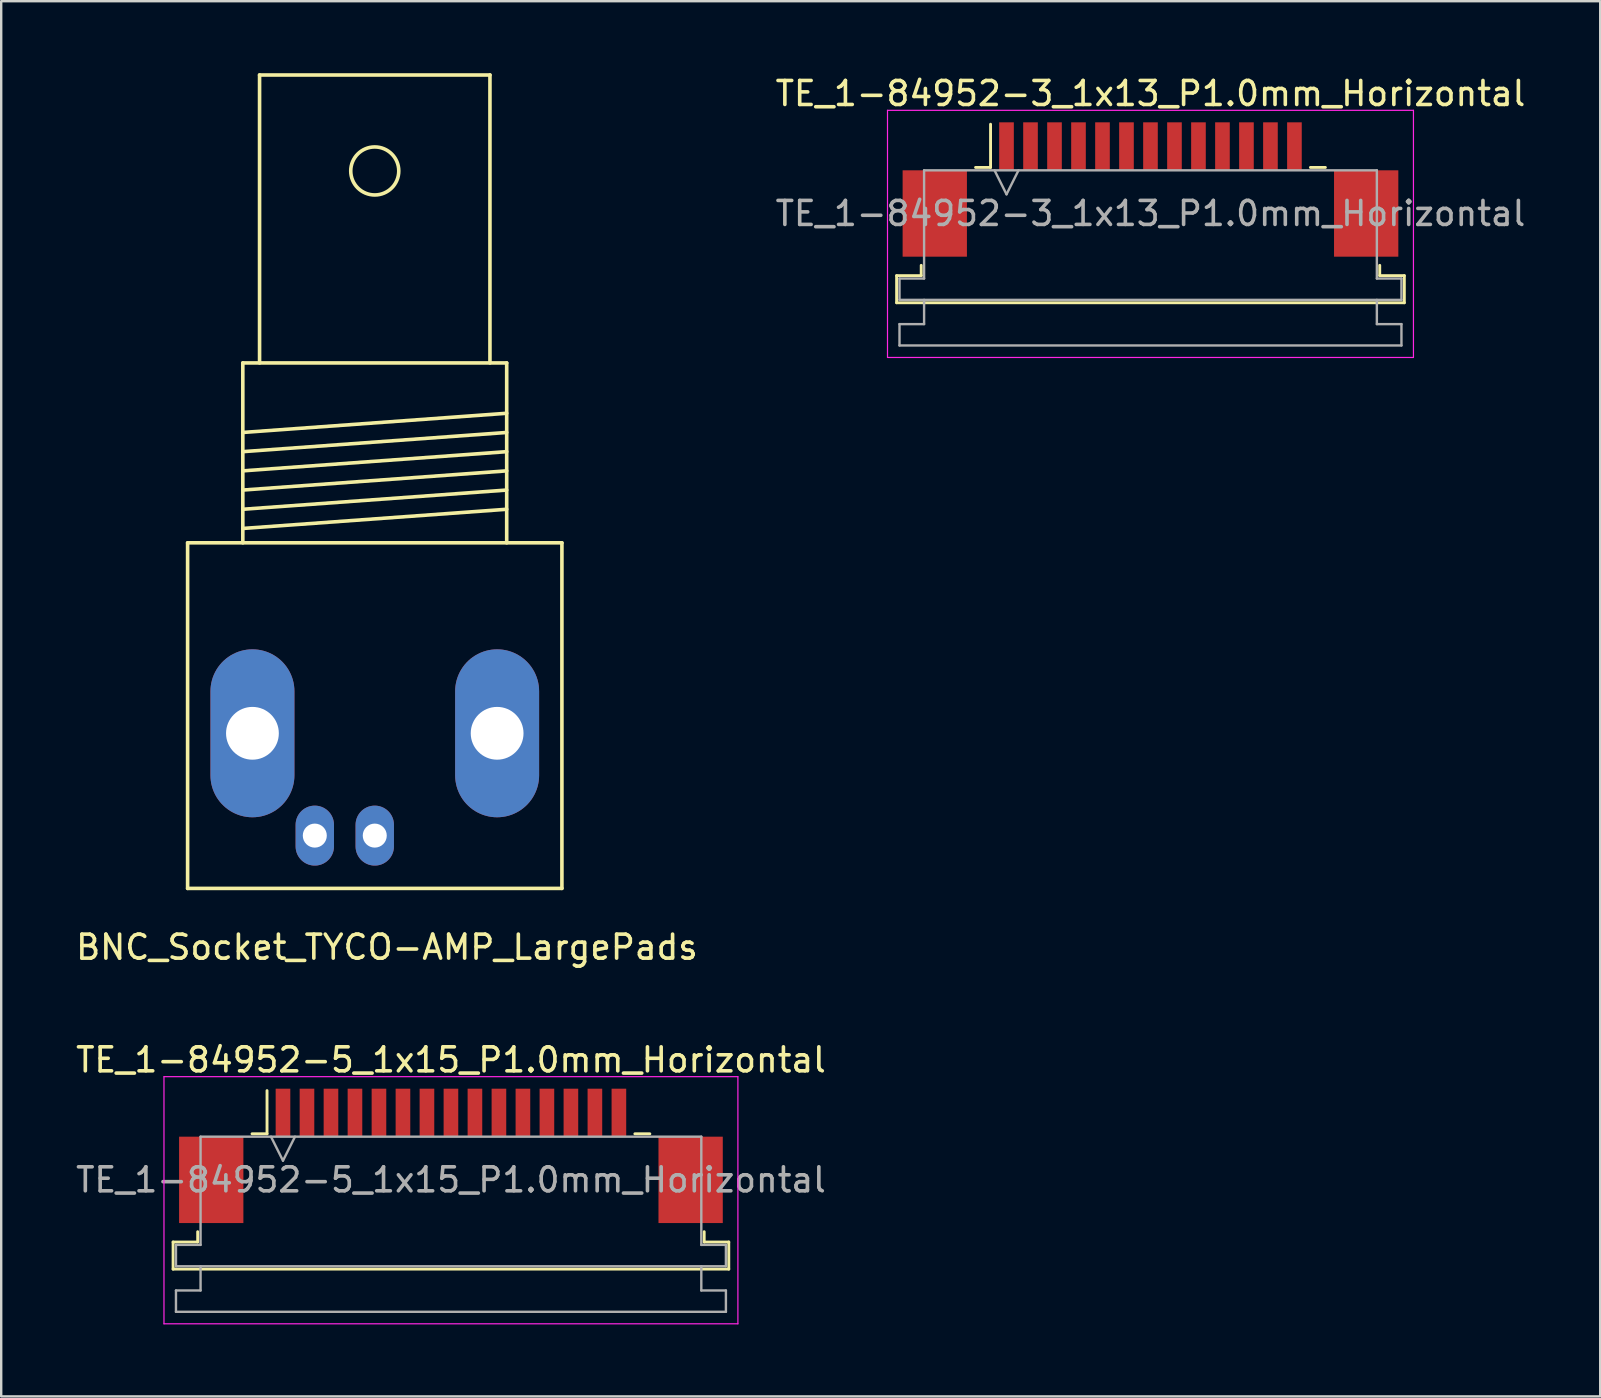
<source format=kicad_pcb>
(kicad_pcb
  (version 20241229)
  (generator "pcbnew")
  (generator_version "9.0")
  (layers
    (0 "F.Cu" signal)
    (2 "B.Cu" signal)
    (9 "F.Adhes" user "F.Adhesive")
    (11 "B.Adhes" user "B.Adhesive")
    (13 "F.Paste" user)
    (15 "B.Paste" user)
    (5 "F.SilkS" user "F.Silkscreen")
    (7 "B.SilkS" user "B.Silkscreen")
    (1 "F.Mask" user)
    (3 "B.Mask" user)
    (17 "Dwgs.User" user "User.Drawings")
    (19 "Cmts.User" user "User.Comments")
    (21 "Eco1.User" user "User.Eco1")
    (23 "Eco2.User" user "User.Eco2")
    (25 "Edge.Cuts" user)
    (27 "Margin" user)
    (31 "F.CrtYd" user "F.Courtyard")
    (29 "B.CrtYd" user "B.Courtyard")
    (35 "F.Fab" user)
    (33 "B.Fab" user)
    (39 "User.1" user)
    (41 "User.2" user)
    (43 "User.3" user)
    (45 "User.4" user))
  (footprint "BNC_Socket_TYCO-AMP_LargePads"
    (layer "F.Cu")
    (at 12.569 26.775)
    (property "Reference" "BNC_Socket_TYCO-AMP_LargePads" (at 0.508 9.652 0) (layer "F.SilkS") (effects (font (size 1 1) (thickness 0.15))))
    (attr through_hole)
    (fp_line (start -7.8 -7.201) (end -7.8 7.201) (stroke (width 0.15) (type solid)) (layer "F.SilkS"))
    (fp_line (start -7.8 7.201) (end 7.8 7.201) (stroke (width 0.15) (type solid)) (layer "F.SilkS"))
    (fp_line (start -5.499 -14.699) (end -5.499 -7.201) (stroke (width 0.15) (type solid)) (layer "F.SilkS"))
    (fp_line (start -5.499 -11.801) (end 5.499 -12.601) (stroke (width 0.15) (type solid)) (layer "F.SilkS"))
    (fp_line (start -5.499 -11.001) (end 5.499 -11.801) (stroke (width 0.15) (type solid)) (layer "F.SilkS"))
    (fp_line (start -5.499 -10.201) (end 5.499 -11.001) (stroke (width 0.15) (type solid)) (layer "F.SilkS"))
    (fp_line (start -5.499 -9.401) (end 5.499 -10.201) (stroke (width 0.15) (type solid)) (layer "F.SilkS"))
    (fp_line (start -5.499 -8.6) (end 5.499 -9.401) (stroke (width 0.15) (type solid)) (layer "F.SilkS"))
    (fp_line (start -5.499 -7.8) (end 5.499 -8.6) (stroke (width 0.15) (type solid)) (layer "F.SilkS"))
    (fp_line (start -4.801 -26.7) (end -4.801 -14.699) (stroke (width 0.15) (type solid)) (layer "F.SilkS"))
    (fp_line (start 4.801 -26.7) (end -4.801 -26.7) (stroke (width 0.15) (type solid)) (layer "F.SilkS"))
    (fp_line (start 4.801 -14.699) (end 4.801 -26.7) (stroke (width 0.15) (type solid)) (layer "F.SilkS"))
    (fp_line (start 5.499 -14.699) (end -5.499 -14.699) (stroke (width 0.15) (type solid)) (layer "F.SilkS"))
    (fp_line (start 5.499 -7.201) (end 5.499 -14.699) (stroke (width 0.15) (type solid)) (layer "F.SilkS"))
    (fp_line (start 7.8 -7.201) (end -7.8 -7.201) (stroke (width 0.15) (type solid)) (layer "F.SilkS"))
    (fp_line (start 7.8 7.201) (end 7.8 -7.201) (stroke (width 0.15) (type solid)) (layer "F.SilkS"))
    (fp_circle (center 0 -22.7) (end 1.001 -22.7) (stroke (width 0.15) (type solid)) (fill no) (layer "F.SilkS"))
    (pad "1" thru_hole oval (at 0 5.001) (size 1.6 2.499) (drill 1.001) (layers "*.Cu" "*.Mask"))
    (pad "2" thru_hole oval (at -5.098 0.737) (size 3.5 7) (drill 2.2) (layers "*.Cu" "*.Mask"))
    (pad "2" thru_hole oval (at -2.499 5.001) (size 1.6 2.499) (drill 1.001) (layers "*.Cu" "*.Mask"))
    (pad "2" thru_hole oval (at 5.1 0.737) (size 3.5 7) (drill 2.2) (layers "*.Cu" "*.Mask")))
  (footprint "TE_1-84952-5_1x15_P1.0mm_Horizontal"
    (layer "F.Cu")
    (at 15.744 45.124)
    (property "Reference" "TE_1-84952-5_1x15_P1.0mm_Horizontal" (at 0 -4 0) (layer "F.SilkS") (effects (font (size 1 1) (thickness 0.15))))
    (attr smd)
    (fp_line (start -11.58 3.59) (end -10.555 3.59) (stroke (width 0.12) (type solid)) (layer "F.SilkS"))
    (fp_line (start -11.58 4.72) (end -11.58 3.59) (stroke (width 0.12) (type solid)) (layer "F.SilkS"))
    (fp_line (start -10.555 3.59) (end -10.555 3.16) (stroke (width 0.12) (type solid)) (layer "F.SilkS"))
    (fp_line (start -8.29 -0.92) (end -7.665 -0.92) (stroke (width 0.12) (type solid)) (layer "F.SilkS"))
    (fp_line (start -7.665 -0.92) (end -7.665 -2.72) (stroke (width 0.12) (type solid)) (layer "F.SilkS"))
    (fp_line (start 7.665 -0.92) (end 8.29 -0.92) (stroke (width 0.12) (type solid)) (layer "F.SilkS"))
    (fp_line (start 10.555 3.16) (end 10.555 3.59) (stroke (width 0.12) (type solid)) (layer "F.SilkS"))
    (fp_line (start 10.555 3.59) (end 11.58 3.59) (stroke (width 0.12) (type solid)) (layer "F.SilkS"))
    (fp_line (start 11.58 3.59) (end 11.58 4.72) (stroke (width 0.12) (type solid)) (layer "F.SilkS"))
    (fp_line (start 11.58 4.72) (end -11.58 4.72) (stroke (width 0.12) (type solid)) (layer "F.SilkS"))
    (fp_line (start -11.96 -3.3) (end -11.96 7) (stroke (width 0.05) (type solid)) (layer "F.CrtYd"))
    (fp_line (start -11.96 7) (end 11.96 7) (stroke (width 0.05) (type solid)) (layer "F.CrtYd"))
    (fp_line (start 11.96 -3.3) (end -11.96 -3.3) (stroke (width 0.05) (type solid)) (layer "F.CrtYd"))
    (fp_line (start 11.96 7) (end 11.96 -3.3) (stroke (width 0.05) (type solid)) (layer "F.CrtYd"))
    (fp_line (start -11.46 3.71) (end -10.435 3.71) (stroke (width 0.1) (type solid)) (layer "F.Fab"))
    (fp_line (start -11.46 4.6) (end -11.46 3.71) (stroke (width 0.1) (type solid)) (layer "F.Fab"))
    (fp_line (start -11.46 5.61) (end -10.435 5.61) (stroke (width 0.1) (type solid)) (layer "F.Fab"))
    (fp_line (start -11.46 6.5) (end -11.46 5.61) (stroke (width 0.1) (type solid)) (layer "F.Fab"))
    (fp_line (start -10.435 -0.8) (end 10.435 -0.8) (stroke (width 0.1) (type solid)) (layer "F.Fab"))
    (fp_line (start -10.435 3.71) (end -10.435 -0.8) (stroke (width 0.1) (type solid)) (layer "F.Fab"))
    (fp_line (start -10.435 5.61) (end -10.435 4.6) (stroke (width 0.1) (type solid)) (layer "F.Fab"))
    (fp_line (start -7.5 -0.8) (end -7 0.2) (stroke (width 0.1) (type solid)) (layer "F.Fab"))
    (fp_line (start -7 0.2) (end -6.5 -0.8) (stroke (width 0.1) (type solid)) (layer "F.Fab"))
    (fp_line (start 10.435 -0.8) (end 10.435 3.71) (stroke (width 0.1) (type solid)) (layer "F.Fab"))
    (fp_line (start 10.435 3.71) (end 11.46 3.71) (stroke (width 0.1) (type solid)) (layer "F.Fab"))
    (fp_line (start 10.435 4.6) (end 10.435 5.61) (stroke (width 0.1) (type solid)) (layer "F.Fab"))
    (fp_line (start 10.435 5.61) (end 11.46 5.61) (stroke (width 0.1) (type solid)) (layer "F.Fab"))
    (fp_line (start 11.46 3.71) (end 11.46 4.6) (stroke (width 0.1) (type solid)) (layer "F.Fab"))
    (fp_line (start 11.46 4.6) (end -11.46 4.6) (stroke (width 0.1) (type solid)) (layer "F.Fab"))
    (fp_line (start 11.46 5.61) (end 11.46 6.5) (stroke (width 0.1) (type solid)) (layer "F.Fab"))
    (fp_line (start 11.46 6.5) (end -11.46 6.5) (stroke (width 0.1) (type solid)) (layer "F.Fab"))
    (fp_text user "${REFERENCE}" (at 0 1 0) (layer "F.Fab") (effects (font (size 1 1) (thickness 0.15))))
    (pad "" smd rect (at -9.99 1) (size 2.68 3.6) (layers "F.Cu" "F.Mask" "F.Paste"))
    (pad "" smd rect (at 9.99 1) (size 2.68 3.6) (layers "F.Cu" "F.Mask" "F.Paste"))
    (pad "1" smd rect (at -7 -1.8) (size 0.61 2) (layers "F.Cu" "F.Mask" "F.Paste"))
    (pad "2" smd rect (at -6 -1.8) (size 0.61 2) (layers "F.Cu" "F.Mask" "F.Paste"))
    (pad "3" smd rect (at -5 -1.8) (size 0.61 2) (layers "F.Cu" "F.Mask" "F.Paste"))
    (pad "4" smd rect (at -4 -1.8) (size 0.61 2) (layers "F.Cu" "F.Mask" "F.Paste"))
    (pad "5" smd rect (at -3 -1.8) (size 0.61 2) (layers "F.Cu" "F.Mask" "F.Paste"))
    (pad "6" smd rect (at -2 -1.8) (size 0.61 2) (layers "F.Cu" "F.Mask" "F.Paste"))
    (pad "7" smd rect (at -1 -1.8) (size 0.61 2) (layers "F.Cu" "F.Mask" "F.Paste"))
    (pad "8" smd rect (at 0 -1.8) (size 0.61 2) (layers "F.Cu" "F.Mask" "F.Paste"))
    (pad "9" smd rect (at 1 -1.8) (size 0.61 2) (layers "F.Cu" "F.Mask" "F.Paste"))
    (pad "10" smd rect (at 2 -1.8) (size 0.61 2) (layers "F.Cu" "F.Mask" "F.Paste"))
    (pad "11" smd rect (at 3 -1.8) (size 0.61 2) (layers "F.Cu" "F.Mask" "F.Paste"))
    (pad "12" smd rect (at 4 -1.8) (size 0.61 2) (layers "F.Cu" "F.Mask" "F.Paste"))
    (pad "13" smd rect (at 5 -1.8) (size 0.61 2) (layers "F.Cu" "F.Mask" "F.Paste"))
    (pad "14" smd rect (at 6 -1.8) (size 0.61 2) (layers "F.Cu" "F.Mask" "F.Paste"))
    (pad "15" smd rect (at 7 -1.8) (size 0.61 2) (layers "F.Cu" "F.Mask" "F.Paste")))
  (footprint "TE_1-84952-3_1x13_P1.0mm_Horizontal"
    (layer "F.Cu")
    (at 44.899 4.848)
    (property "Reference" "TE_1-84952-3_1x13_P1.0mm_Horizontal" (at 0 -4 0) (layer "F.SilkS") (effects (font (size 1 1) (thickness 0.15))))
    (attr smd)
    (fp_line (start -10.58 3.59) (end -9.555 3.59) (stroke (width 0.12) (type solid)) (layer "F.SilkS"))
    (fp_line (start -10.58 4.72) (end -10.58 3.59) (stroke (width 0.12) (type solid)) (layer "F.SilkS"))
    (fp_line (start -9.555 3.59) (end -9.555 3.16) (stroke (width 0.12) (type solid)) (layer "F.SilkS"))
    (fp_line (start -7.29 -0.92) (end -6.665 -0.92) (stroke (width 0.12) (type solid)) (layer "F.SilkS"))
    (fp_line (start -6.665 -0.92) (end -6.665 -2.72) (stroke (width 0.12) (type solid)) (layer "F.SilkS"))
    (fp_line (start 6.665 -0.92) (end 7.29 -0.92) (stroke (width 0.12) (type solid)) (layer "F.SilkS"))
    (fp_line (start 9.555 3.16) (end 9.555 3.59) (stroke (width 0.12) (type solid)) (layer "F.SilkS"))
    (fp_line (start 9.555 3.59) (end 10.58 3.59) (stroke (width 0.12) (type solid)) (layer "F.SilkS"))
    (fp_line (start 10.58 3.59) (end 10.58 4.72) (stroke (width 0.12) (type solid)) (layer "F.SilkS"))
    (fp_line (start 10.58 4.72) (end -10.58 4.72) (stroke (width 0.12) (type solid)) (layer "F.SilkS"))
    (fp_line (start -10.96 -3.3) (end -10.96 7) (stroke (width 0.05) (type solid)) (layer "F.CrtYd"))
    (fp_line (start -10.96 7) (end 10.96 7) (stroke (width 0.05) (type solid)) (layer "F.CrtYd"))
    (fp_line (start 10.96 -3.3) (end -10.96 -3.3) (stroke (width 0.05) (type solid)) (layer "F.CrtYd"))
    (fp_line (start 10.96 7) (end 10.96 -3.3) (stroke (width 0.05) (type solid)) (layer "F.CrtYd"))
    (fp_line (start -10.46 3.71) (end -9.435 3.71) (stroke (width 0.1) (type solid)) (layer "F.Fab"))
    (fp_line (start -10.46 4.6) (end -10.46 3.71) (stroke (width 0.1) (type solid)) (layer "F.Fab"))
    (fp_line (start -10.46 5.61) (end -9.435 5.61) (stroke (width 0.1) (type solid)) (layer "F.Fab"))
    (fp_line (start -10.46 6.5) (end -10.46 5.61) (stroke (width 0.1) (type solid)) (layer "F.Fab"))
    (fp_line (start -9.435 -0.8) (end 9.435 -0.8) (stroke (width 0.1) (type solid)) (layer "F.Fab"))
    (fp_line (start -9.435 3.71) (end -9.435 -0.8) (stroke (width 0.1) (type solid)) (layer "F.Fab"))
    (fp_line (start -9.435 5.61) (end -9.435 4.6) (stroke (width 0.1) (type solid)) (layer "F.Fab"))
    (fp_line (start -6.5 -0.8) (end -6 0.2) (stroke (width 0.1) (type solid)) (layer "F.Fab"))
    (fp_line (start -6 0.2) (end -5.5 -0.8) (stroke (width 0.1) (type solid)) (layer "F.Fab"))
    (fp_line (start 9.435 -0.8) (end 9.435 3.71) (stroke (width 0.1) (type solid)) (layer "F.Fab"))
    (fp_line (start 9.435 3.71) (end 10.46 3.71) (stroke (width 0.1) (type solid)) (layer "F.Fab"))
    (fp_line (start 9.435 4.6) (end 9.435 5.61) (stroke (width 0.1) (type solid)) (layer "F.Fab"))
    (fp_line (start 9.435 5.61) (end 10.46 5.61) (stroke (width 0.1) (type solid)) (layer "F.Fab"))
    (fp_line (start 10.46 3.71) (end 10.46 4.6) (stroke (width 0.1) (type solid)) (layer "F.Fab"))
    (fp_line (start 10.46 4.6) (end -10.46 4.6) (stroke (width 0.1) (type solid)) (layer "F.Fab"))
    (fp_line (start 10.46 5.61) (end 10.46 6.5) (stroke (width 0.1) (type solid)) (layer "F.Fab"))
    (fp_line (start 10.46 6.5) (end -10.46 6.5) (stroke (width 0.1) (type solid)) (layer "F.Fab"))
    (fp_text user "${REFERENCE}" (at 0 1 0) (layer "F.Fab") (effects (font (size 1 1) (thickness 0.15))))
    (pad "" smd rect (at -8.99 1) (size 2.68 3.6) (layers "F.Cu" "F.Mask" "F.Paste"))
    (pad "" smd rect (at 8.99 1) (size 2.68 3.6) (layers "F.Cu" "F.Mask" "F.Paste"))
    (pad "1" smd rect (at -6 -1.8) (size 0.61 2) (layers "F.Cu" "F.Mask" "F.Paste"))
    (pad "2" smd rect (at -5 -1.8) (size 0.61 2) (layers "F.Cu" "F.Mask" "F.Paste"))
    (pad "3" smd rect (at -4 -1.8) (size 0.61 2) (layers "F.Cu" "F.Mask" "F.Paste"))
    (pad "4" smd rect (at -3 -1.8) (size 0.61 2) (layers "F.Cu" "F.Mask" "F.Paste"))
    (pad "5" smd rect (at -2 -1.8) (size 0.61 2) (layers "F.Cu" "F.Mask" "F.Paste"))
    (pad "6" smd rect (at -1 -1.8) (size 0.61 2) (layers "F.Cu" "F.Mask" "F.Paste"))
    (pad "7" smd rect (at 0 -1.8) (size 0.61 2) (layers "F.Cu" "F.Mask" "F.Paste"))
    (pad "8" smd rect (at 1 -1.8) (size 0.61 2) (layers "F.Cu" "F.Mask" "F.Paste"))
    (pad "9" smd rect (at 2 -1.8) (size 0.61 2) (layers "F.Cu" "F.Mask" "F.Paste"))
    (pad "10" smd rect (at 3 -1.8) (size 0.61 2) (layers "F.Cu" "F.Mask" "F.Paste"))
    (pad "11" smd rect (at 4 -1.8) (size 0.61 2) (layers "F.Cu" "F.Mask" "F.Paste"))
    (pad "12" smd rect (at 5 -1.8) (size 0.61 2) (layers "F.Cu" "F.Mask" "F.Paste"))
    (pad "13" smd rect (at 6 -1.8) (size 0.61 2) (layers "F.Cu" "F.Mask" "F.Paste")))
  (gr_rect
    (start -3 -3)
    (end 63.643 55.149)
    (stroke (width 0.1) (type default))
    (fill no)
    (layer "Edge.Cuts")))
</source>
